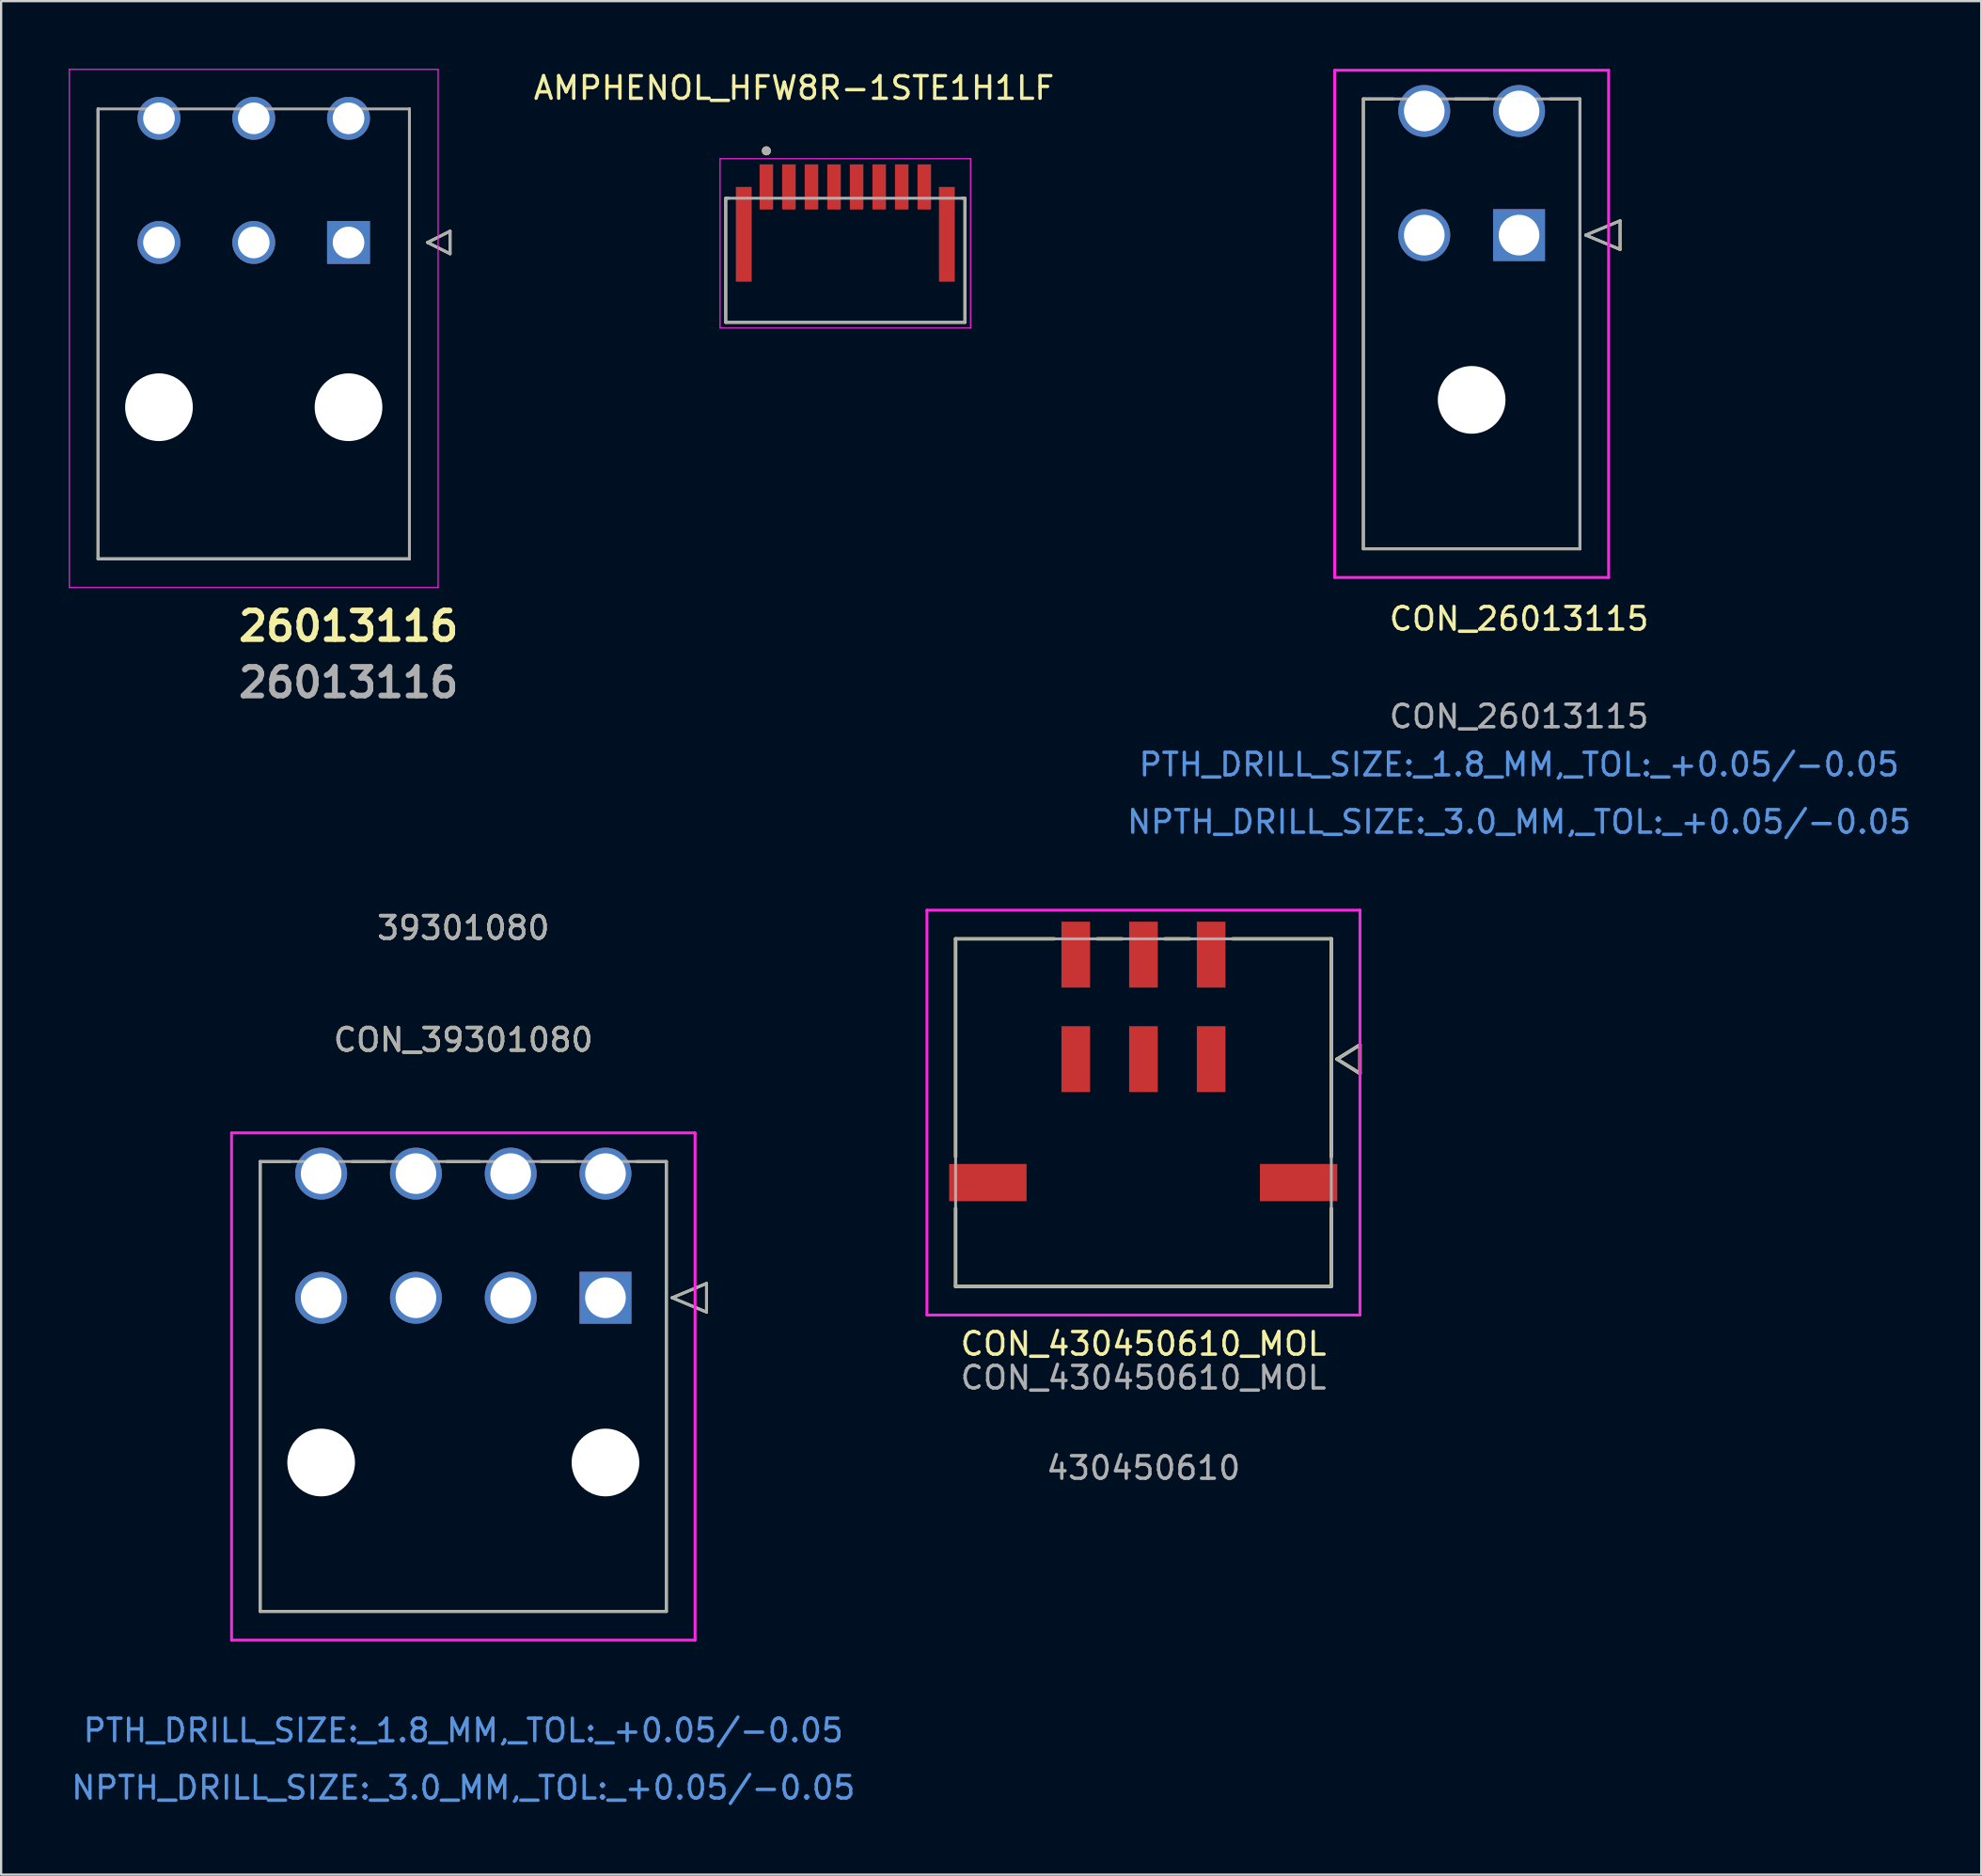
<source format=kicad_pcb>
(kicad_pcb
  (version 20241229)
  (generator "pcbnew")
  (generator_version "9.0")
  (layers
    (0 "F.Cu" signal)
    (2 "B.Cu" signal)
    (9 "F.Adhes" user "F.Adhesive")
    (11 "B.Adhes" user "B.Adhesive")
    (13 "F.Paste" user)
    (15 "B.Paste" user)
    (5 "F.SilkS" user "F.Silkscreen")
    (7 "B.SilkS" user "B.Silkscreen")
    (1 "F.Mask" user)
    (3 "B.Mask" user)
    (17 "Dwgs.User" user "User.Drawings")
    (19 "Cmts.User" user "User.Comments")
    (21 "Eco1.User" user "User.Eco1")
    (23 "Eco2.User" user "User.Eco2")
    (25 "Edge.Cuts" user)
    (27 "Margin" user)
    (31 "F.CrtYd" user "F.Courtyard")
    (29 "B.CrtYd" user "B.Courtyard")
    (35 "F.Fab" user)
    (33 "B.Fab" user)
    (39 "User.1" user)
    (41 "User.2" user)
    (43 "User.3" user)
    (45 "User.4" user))
  (footprint "CON_39301080"
    (layer "F.Cu")
    (at 23.782 54.453)
    (property "Reference" "CON_39301080" (at -6.3 -11.43 0) (unlocked yes) (layer "F.SilkS") (effects (font (size 1 1) (thickness 0.15))))
    (attr through_hole)
    (fp_line (start -15.3 -6.035) (end -15.3 13.9) (stroke (width 0.127) (type solid)) (layer "F.SilkS"))
    (fp_line (start -15.3 13.9) (end 2.7 13.9) (stroke (width 0.127) (type solid)) (layer "F.SilkS"))
    (fp_line (start -13.969 -6.035) (end -15.3 -6.035) (stroke (width 0.127) (type solid)) (layer "F.SilkS"))
    (fp_line (start -9.769 -6.035) (end -11.231 -6.035) (stroke (width 0.127) (type solid)) (layer "F.SilkS"))
    (fp_line (start -5.569 -6.035) (end -7.031 -6.035) (stroke (width 0.127) (type solid)) (layer "F.SilkS"))
    (fp_line (start -1.369 -6.035) (end -2.831 -6.035) (stroke (width 0.127) (type solid)) (layer "F.SilkS"))
    (fp_line (start 2.7 -6.035) (end 1.369 -6.035) (stroke (width 0.127) (type solid)) (layer "F.SilkS"))
    (fp_line (start 2.7 13.9) (end 2.7 -6.035) (stroke (width 0.127) (type solid)) (layer "F.SilkS"))
    (fp_line (start 2.954 0) (end 4.478 -0.635) (stroke (width 0.127) (type solid)) (layer "F.SilkS"))
    (fp_line (start 4.478 -0.635) (end 4.478 0.635) (stroke (width 0.127) (type solid)) (layer "F.SilkS"))
    (fp_line (start 4.478 0.635) (end 2.954 0) (stroke (width 0.127) (type solid)) (layer "F.SilkS"))
    (fp_line (start -16.57 -7.305) (end -16.57 15.17) (stroke (width 0.127) (type solid)) (layer "F.CrtYd"))
    (fp_line (start -16.57 15.17) (end 3.97 15.17) (stroke (width 0.127) (type solid)) (layer "F.CrtYd"))
    (fp_line (start 3.97 -7.305) (end -16.57 -7.305) (stroke (width 0.127) (type solid)) (layer "F.CrtYd"))
    (fp_line (start 3.97 15.17) (end 3.97 -7.305) (stroke (width 0.127) (type solid)) (layer "F.CrtYd"))
    (fp_line (start -15.3 -6.035) (end -15.3 13.9) (stroke (width 0.127) (type solid)) (layer "F.Fab"))
    (fp_line (start -15.3 13.9) (end 2.7 13.9) (stroke (width 0.127) (type solid)) (layer "F.Fab"))
    (fp_line (start 2.7 -6.035) (end -15.3 -6.035) (stroke (width 0.127) (type solid)) (layer "F.Fab"))
    (fp_line (start 2.7 13.9) (end 2.7 -6.035) (stroke (width 0.127) (type solid)) (layer "F.Fab"))
    (fp_line (start 2.954 0) (end 4.478 -0.635) (stroke (width 0.127) (type solid)) (layer "F.Fab"))
    (fp_line (start 4.478 -0.635) (end 4.478 0.635) (stroke (width 0.127) (type solid)) (layer "F.Fab"))
    (fp_line (start 4.478 0.635) (end 2.954 0) (stroke (width 0.127) (type solid)) (layer "F.Fab"))
    (fp_text user "39301080" (at -6.3 -16.388 0) (unlocked yes) (layer "F.SilkS") (effects (font (size 1 1) (thickness 0.15))))
    (fp_text user "NPTH_DRILL_SIZE:_3.0_MM,_TOL:_+0.05/-0.05" (at -6.3 21.712 0) (unlocked yes) (layer "Cmts.User") (effects (font (size 1 1) (thickness 0.15))))
    (fp_text user "PTH_DRILL_SIZE:_1.8_MM,_TOL:_+0.05/-0.05" (at -6.3 19.172 0) (unlocked yes) (layer "Cmts.User") (effects (font (size 1 1) (thickness 0.15))))
    (fp_text user "${REFERENCE}" (at -6.3 -11.43 0) (unlocked yes) (layer "F.Fab") (effects (font (size 1 1) (thickness 0.15))))
    (fp_text user "39301080" (at -6.3 -16.388 0) (unlocked yes) (layer "F.Fab") (effects (font (size 1 1) (thickness 0.15))))
    (pad "" np_thru_hole circle (at -12.6 7.3) (size 3 3) (drill 3) (layers "*.Cu" "*.Mask"))
    (pad "" np_thru_hole circle (at 0 7.3) (size 3 3) (drill 3) (layers "*.Cu" "*.Mask"))
    (pad "1" thru_hole rect (at 0 0) (size 2.3 2.3) (drill 1.8) (layers "*.Cu" "*.Mask"))
    (pad "2" thru_hole circle (at -4.2 0) (size 2.3 2.3) (drill 1.8) (layers "*.Cu" "*.Mask"))
    (pad "3" thru_hole circle (at -8.4 0) (size 2.3 2.3) (drill 1.8) (layers "*.Cu" "*.Mask"))
    (pad "4" thru_hole circle (at -12.6 0) (size 2.3 2.3) (drill 1.8) (layers "*.Cu" "*.Mask"))
    (pad "5" thru_hole circle (at 0 -5.5) (size 2.3 2.3) (drill 1.8) (layers "*.Cu" "*.Mask"))
    (pad "6" thru_hole circle (at -4.2 -5.5) (size 2.3 2.3) (drill 1.8) (layers "*.Cu" "*.Mask"))
    (pad "7" thru_hole circle (at -8.4 -5.5) (size 2.3 2.3) (drill 1.8) (layers "*.Cu" "*.Mask"))
    (pad "8" thru_hole circle (at -12.6 -5.5) (size 2.3 2.3) (drill 1.8) (layers "*.Cu" "*.Mask")))
  (footprint "26013116"
    (layer "F.Cu")
    (at 12.395 7.694)
    (property "Reference" "26013116" (at 0 17 0) (layer "F.SilkS") (effects (font (size 1.27 1.27) (thickness 0.254))))
    (attr through_hole)
    (fp_line (start -11.1 14.018) (end -11.1 -5.918) (stroke (width 0.127) (type solid)) (layer "F.SilkS"))
    (fp_line (start 2.7 -5.918) (end 2.7 14.018) (stroke (width 0.127) (type solid)) (layer "F.SilkS"))
    (fp_line (start 2.7 14.018) (end -11.1 14.018) (stroke (width 0.127) (type solid)) (layer "F.SilkS"))
    (fp_line (start 3.5 0) (end 4.5 -0.5) (stroke (width 0.127) (type solid)) (layer "F.SilkS"))
    (fp_line (start 4.5 -0.5) (end 4.5 0.5) (stroke (width 0.127) (type solid)) (layer "F.SilkS"))
    (fp_line (start 4.5 0.5) (end 3.5 0) (stroke (width 0.127) (type solid)) (layer "F.SilkS"))
    (fp_line (start -12.37 -7.669) (end 3.97 -7.669) (stroke (width 0.05) (type solid)) (layer "F.CrtYd"))
    (fp_line (start -12.37 15.288) (end -12.37 -7.669) (stroke (width 0.05) (type solid)) (layer "F.CrtYd"))
    (fp_line (start 3.97 -7.669) (end 3.97 15.288) (stroke (width 0.05) (type solid)) (layer "F.CrtYd"))
    (fp_line (start 3.97 15.288) (end -12.37 15.288) (stroke (width 0.05) (type solid)) (layer "F.CrtYd"))
    (fp_line (start -11.1 -5.918) (end 2.7 -5.918) (stroke (width 0.127) (type solid)) (layer "F.Fab"))
    (fp_line (start -11.1 14.018) (end -11.1 -5.918) (stroke (width 0.127) (type solid)) (layer "F.Fab"))
    (fp_line (start 2.7 -5.918) (end 2.7 14.018) (stroke (width 0.127) (type solid)) (layer "F.Fab"))
    (fp_line (start 2.7 14.018) (end -11.1 14.018) (stroke (width 0.127) (type solid)) (layer "F.Fab"))
    (fp_line (start 3.5 0) (end 4.5 -0.5) (stroke (width 0.127) (type solid)) (layer "F.Fab"))
    (fp_line (start 4.5 -0.5) (end 4.5 0.5) (stroke (width 0.127) (type solid)) (layer "F.Fab"))
    (fp_line (start 4.5 0.5) (end 3.5 0) (stroke (width 0.127) (type solid)) (layer "F.Fab"))
    (fp_text user "${REFERENCE}" (at 0 19.5 0) (layer "F.Fab") (effects (font (size 1.27 1.27) (thickness 0.254))))
    (pad "" np_thru_hole circle (at -8.4 7.3) (size 3 3) (drill 3) (layers "*.Cu" "*.Mask"))
    (pad "" np_thru_hole circle (at 0 7.3) (size 3 3) (drill 3) (layers "*.Cu" "*.Mask"))
    (pad "1" thru_hole rect (at 0 0) (size 1.9 1.9) (drill 1.4) (layers "*.Cu" "*.Mask"))
    (pad "2" thru_hole circle (at -4.2 0) (size 1.9 1.9) (drill 1.4) (layers "*.Cu" "*.Mask"))
    (pad "3" thru_hole circle (at -8.4 0) (size 1.9 1.9) (drill 1.4) (layers "*.Cu" "*.Mask"))
    (pad "4" thru_hole circle (at 0 -5.5) (size 1.9 1.9) (drill 1.4) (layers "*.Cu" "*.Mask"))
    (pad "5" thru_hole circle (at -4.2 -5.5) (size 1.9 1.9) (drill 1.4) (layers "*.Cu" "*.Mask"))
    (pad "6" thru_hole circle (at -8.4 -5.5) (size 1.9 1.9) (drill 1.4) (layers "*.Cu" "*.Mask")))
  (footprint "AMPHENOL_HFW8R-1STE1H1LF"
    (layer "F.Cu")
    (at 34.411 8.483)
    (property "Reference" "AMPHENOL_HFW8R-1STE1H1LF" (at -2.275 -7.635 0) (layer "F.SilkS") (effects (font (size 1 1) (thickness 0.15))))
    (attr smd)
    (fp_line (start -5.3 -2.75) (end -5.17 -2.75) (stroke (width 0.127) (type solid)) (layer "F.SilkS"))
    (fp_line (start -5.3 2.75) (end -5.3 -2.75) (stroke (width 0.127) (type solid)) (layer "F.SilkS"))
    (fp_line (start 5.17 -2.75) (end 5.3 -2.75) (stroke (width 0.127) (type solid)) (layer "F.SilkS"))
    (fp_line (start 5.3 -2.75) (end 5.3 2.75) (stroke (width 0.127) (type solid)) (layer "F.SilkS"))
    (fp_line (start 5.3 2.75) (end -5.3 2.75) (stroke (width 0.127) (type solid)) (layer "F.SilkS"))
    (fp_circle (center -3.5 -4.85) (end -3.4 -4.85) (stroke (width 0.2) (type solid)) (fill no) (layer "F.SilkS"))
    (fp_line (start -5.55 -4.5) (end -5.55 3) (stroke (width 0.05) (type solid)) (layer "F.CrtYd"))
    (fp_line (start -5.55 3) (end 5.55 3) (stroke (width 0.05) (type solid)) (layer "F.CrtYd"))
    (fp_line (start 5.55 -4.5) (end -5.55 -4.5) (stroke (width 0.05) (type solid)) (layer "F.CrtYd"))
    (fp_line (start 5.55 3) (end 5.55 -4.5) (stroke (width 0.05) (type solid)) (layer "F.CrtYd"))
    (fp_line (start -5.3 -2.75) (end 5.3 -2.75) (stroke (width 0.127) (type solid)) (layer "F.Fab"))
    (fp_line (start -5.3 2.75) (end -5.3 -2.75) (stroke (width 0.127) (type solid)) (layer "F.Fab"))
    (fp_line (start 5.3 -2.75) (end 5.3 2.75) (stroke (width 0.127) (type solid)) (layer "F.Fab"))
    (fp_line (start 5.3 2.75) (end -5.3 2.75) (stroke (width 0.127) (type solid)) (layer "F.Fab"))
    (fp_circle (center -3.5 -4.85) (end -3.4 -4.85) (stroke (width 0.2) (type solid)) (fill no) (layer "F.Fab"))
    (pad "1" smd rect (at -3.5 -3.25) (size 0.6 2) (layers "F.Cu" "F.Mask" "F.Paste"))
    (pad "2" smd rect (at -2.5 -3.25) (size 0.6 2) (layers "F.Cu" "F.Mask" "F.Paste"))
    (pad "3" smd rect (at -1.5 -3.25) (size 0.6 2) (layers "F.Cu" "F.Mask" "F.Paste"))
    (pad "4" smd rect (at -0.5 -3.25) (size 0.6 2) (layers "F.Cu" "F.Mask" "F.Paste"))
    (pad "5" smd rect (at 0.5 -3.25) (size 0.6 2) (layers "F.Cu" "F.Mask" "F.Paste"))
    (pad "6" smd rect (at 1.5 -3.25) (size 0.6 2) (layers "F.Cu" "F.Mask" "F.Paste"))
    (pad "7" smd rect (at 2.5 -3.25) (size 0.6 2) (layers "F.Cu" "F.Mask" "F.Paste"))
    (pad "8" smd rect (at 3.5 -3.25) (size 0.6 2) (layers "F.Cu" "F.Mask" "F.Paste"))
    (pad "S1" smd rect (at -4.5 -1.15) (size 0.7 4.2) (layers "F.Cu" "F.Mask" "F.Paste"))
    (pad "S2" smd rect (at 4.5 -1.15) (size 0.7 4.2) (layers "F.Cu" "F.Mask" "F.Paste")))
  (footprint "CON_430450610_MOL"
    (layer "F.Cu")
    (at 47.623 48.995)
    (property "Reference" "CON_430450610_MOL" (at 0 7.5 0) (unlocked yes) (layer "F.SilkS") (effects (font (size 1 1) (thickness 0.15))))
    (attr smd)
    (fp_line (start -8.325 -10.445) (end -8.325 -0.79) (stroke (width 0.152) (type solid)) (layer "F.SilkS"))
    (fp_line (start -8.325 1.5) (end -8.325 4.955) (stroke (width 0.152) (type solid)) (layer "F.SilkS"))
    (fp_line (start -8.325 4.955) (end 8.325 4.955) (stroke (width 0.152) (type solid)) (layer "F.SilkS"))
    (fp_line (start -3.955 -10.445) (end -8.325 -10.445) (stroke (width 0.152) (type solid)) (layer "F.SilkS"))
    (fp_line (start -0.955 -10.445) (end -2.045 -10.445) (stroke (width 0.152) (type solid)) (layer "F.SilkS"))
    (fp_line (start 2.045 -10.445) (end 0.955 -10.445) (stroke (width 0.152) (type solid)) (layer "F.SilkS"))
    (fp_line (start 8.325 -10.445) (end 3.955 -10.445) (stroke (width 0.152) (type solid)) (layer "F.SilkS"))
    (fp_line (start 8.325 -0.79) (end 8.325 -10.445) (stroke (width 0.152) (type solid)) (layer "F.SilkS"))
    (fp_line (start 8.325 4.955) (end 8.325 1.5) (stroke (width 0.152) (type solid)) (layer "F.SilkS"))
    (fp_line (start 8.579 -5.115) (end 9.595 -5.75) (stroke (width 0.152) (type solid)) (layer "F.SilkS"))
    (fp_line (start 9.595 -5.75) (end 9.595 -4.48) (stroke (width 0.152) (type solid)) (layer "F.SilkS"))
    (fp_line (start 9.595 -4.48) (end 8.579 -5.115) (stroke (width 0.152) (type solid)) (layer "F.SilkS"))
    (fp_line (start -9.595 -11.715) (end -9.595 6.225) (stroke (width 0.127) (type solid)) (layer "F.CrtYd"))
    (fp_line (start -9.595 6.225) (end 9.595 6.225) (stroke (width 0.127) (type solid)) (layer "F.CrtYd"))
    (fp_line (start 9.595 -11.715) (end -9.595 -11.715) (stroke (width 0.127) (type solid)) (layer "F.CrtYd"))
    (fp_line (start 9.595 6.225) (end 9.595 -11.715) (stroke (width 0.127) (type solid)) (layer "F.CrtYd"))
    (fp_line (start -8.325 -10.445) (end -8.325 4.955) (stroke (width 0.127) (type solid)) (layer "F.Fab"))
    (fp_line (start -8.325 4.955) (end 8.325 4.955) (stroke (width 0.127) (type solid)) (layer "F.Fab"))
    (fp_line (start 8.325 -10.445) (end -8.325 -10.445) (stroke (width 0.127) (type solid)) (layer "F.Fab"))
    (fp_line (start 8.325 4.955) (end 8.325 -10.445) (stroke (width 0.127) (type solid)) (layer "F.Fab"))
    (fp_line (start 8.579 -5.115) (end 9.595 -5.75) (stroke (width 0.127) (type solid)) (layer "F.Fab"))
    (fp_line (start 9.595 -5.75) (end 9.595 -4.48) (stroke (width 0.127) (type solid)) (layer "F.Fab"))
    (fp_line (start 9.595 -4.48) (end 8.579 -5.115) (stroke (width 0.127) (type solid)) (layer "F.Fab"))
    (fp_text user "430450610" (at 0 13 0) (unlocked yes) (layer "F.Fab") (effects (font (size 1 1) (thickness 0.15))))
    (fp_text user "${REFERENCE}" (at 0 9 0) (unlocked yes) (layer "F.Fab") (effects (font (size 1 1) (thickness 0.15))))
    (pad "1" smd rect (at 3 -5.115) (size 1.27 2.92) (layers "F.Cu" "F.Mask" "F.Paste"))
    (pad "2" smd rect (at 0 -5.115) (size 1.27 2.92) (layers "F.Cu" "F.Mask" "F.Paste"))
    (pad "3" smd rect (at -3 -5.115) (size 1.27 2.92) (layers "F.Cu" "F.Mask" "F.Paste"))
    (pad "4" smd rect (at 3 -9.745) (size 1.27 2.92) (layers "F.Cu" "F.Mask" "F.Paste"))
    (pad "5" smd rect (at 0 -9.745) (size 1.27 2.92) (layers "F.Cu" "F.Mask" "F.Paste"))
    (pad "6" smd rect (at -3 -9.745) (size 1.27 2.92) (layers "F.Cu" "F.Mask" "F.Paste"))
    (pad "S1" smd rect (at 6.875 0.355) (size 3.43 1.65) (layers "F.Cu" "F.Mask" "F.Paste"))
    (pad "S2" smd rect (at -6.895 0.355) (size 3.43 1.65) (layers "F.Cu" "F.Mask" "F.Paste")))
  (footprint "CON_26013115"
    (layer "F.Cu")
    (at 64.267 7.368)
    (property "Reference" "CON_26013115" (at 0 17 0) (unlocked yes) (layer "F.SilkS") (effects (font (size 1 1) (thickness 0.15))))
    (attr through_hole)
    (fp_line (start -6.9 -6.035) (end -6.9 13.9) (stroke (width 0.127) (type solid)) (layer "F.SilkS"))
    (fp_line (start -6.9 13.9) (end 2.7 13.9) (stroke (width 0.127) (type solid)) (layer "F.SilkS"))
    (fp_line (start -5.569 -6.035) (end -6.9 -6.035) (stroke (width 0.127) (type solid)) (layer "F.SilkS"))
    (fp_line (start -1.369 -6.035) (end -2.831 -6.035) (stroke (width 0.127) (type solid)) (layer "F.SilkS"))
    (fp_line (start 2.7 -6.035) (end 1.369 -6.035) (stroke (width 0.127) (type solid)) (layer "F.SilkS"))
    (fp_line (start 2.7 13.9) (end 2.7 -6.035) (stroke (width 0.127) (type solid)) (layer "F.SilkS"))
    (fp_line (start 2.954 0) (end 4.478 -0.635) (stroke (width 0.127) (type solid)) (layer "F.SilkS"))
    (fp_line (start 4.478 -0.635) (end 4.478 0.635) (stroke (width 0.127) (type solid)) (layer "F.SilkS"))
    (fp_line (start 4.478 0.635) (end 2.954 0) (stroke (width 0.127) (type solid)) (layer "F.SilkS"))
    (fp_line (start -8.17 -7.305) (end -8.17 15.17) (stroke (width 0.127) (type solid)) (layer "F.CrtYd"))
    (fp_line (start -8.17 15.17) (end 3.97 15.17) (stroke (width 0.127) (type solid)) (layer "F.CrtYd"))
    (fp_line (start 3.97 -7.305) (end -8.17 -7.305) (stroke (width 0.127) (type solid)) (layer "F.CrtYd"))
    (fp_line (start 3.97 15.17) (end 3.97 -7.305) (stroke (width 0.127) (type solid)) (layer "F.CrtYd"))
    (fp_line (start -6.9 -6.035) (end -6.9 13.9) (stroke (width 0.127) (type solid)) (layer "F.Fab"))
    (fp_line (start -6.9 13.9) (end 2.7 13.9) (stroke (width 0.127) (type solid)) (layer "F.Fab"))
    (fp_line (start 2.7 -6.035) (end -6.9 -6.035) (stroke (width 0.127) (type solid)) (layer "F.Fab"))
    (fp_line (start 2.7 13.9) (end 2.7 -6.035) (stroke (width 0.127) (type solid)) (layer "F.Fab"))
    (fp_line (start 2.954 0) (end 4.478 -0.635) (stroke (width 0.127) (type solid)) (layer "F.Fab"))
    (fp_line (start 4.478 -0.635) (end 4.478 0.635) (stroke (width 0.127) (type solid)) (layer "F.Fab"))
    (fp_line (start 4.478 0.635) (end 2.954 0) (stroke (width 0.127) (type solid)) (layer "F.Fab"))
    (fp_text user "PTH_DRILL_SIZE:_1.8_MM,_TOL:_+0.05/-0.05" (at 0 23.46 0) (unlocked yes) (layer "Cmts.User") (effects (font (size 1 1) (thickness 0.15))))
    (fp_text user "NPTH_DRILL_SIZE:_3.0_MM,_TOL:_+0.05/-0.05" (at 0 26 0) (unlocked yes) (layer "Cmts.User") (effects (font (size 1 1) (thickness 0.15))))
    (fp_text user "${REFERENCE}" (at 0 21.328 0) (unlocked yes) (layer "F.Fab") (effects (font (size 1 1) (thickness 0.15))))
    (pad "" np_thru_hole circle (at -2.1 7.3) (size 3 3) (drill 3) (layers "*.Cu" "*.Mask"))
    (pad "1" thru_hole rect (at 0 0) (size 2.3 2.3) (drill 1.8) (layers "*.Cu" "*.Mask"))
    (pad "2" thru_hole circle (at -4.2 0) (size 2.3 2.3) (drill 1.8) (layers "*.Cu" "*.Mask"))
    (pad "3" thru_hole circle (at 0 -5.5) (size 2.3 2.3) (drill 1.8) (layers "*.Cu" "*.Mask"))
    (pad "4" thru_hole circle (at -4.2 -5.5) (size 2.3 2.3) (drill 1.8) (layers "*.Cu" "*.Mask")))
  (gr_rect
    (start -3 -3)
    (end 84.749 80.013)
    (stroke (width 0.1) (type default))
    (fill no)
    (layer "Edge.Cuts")))
</source>
